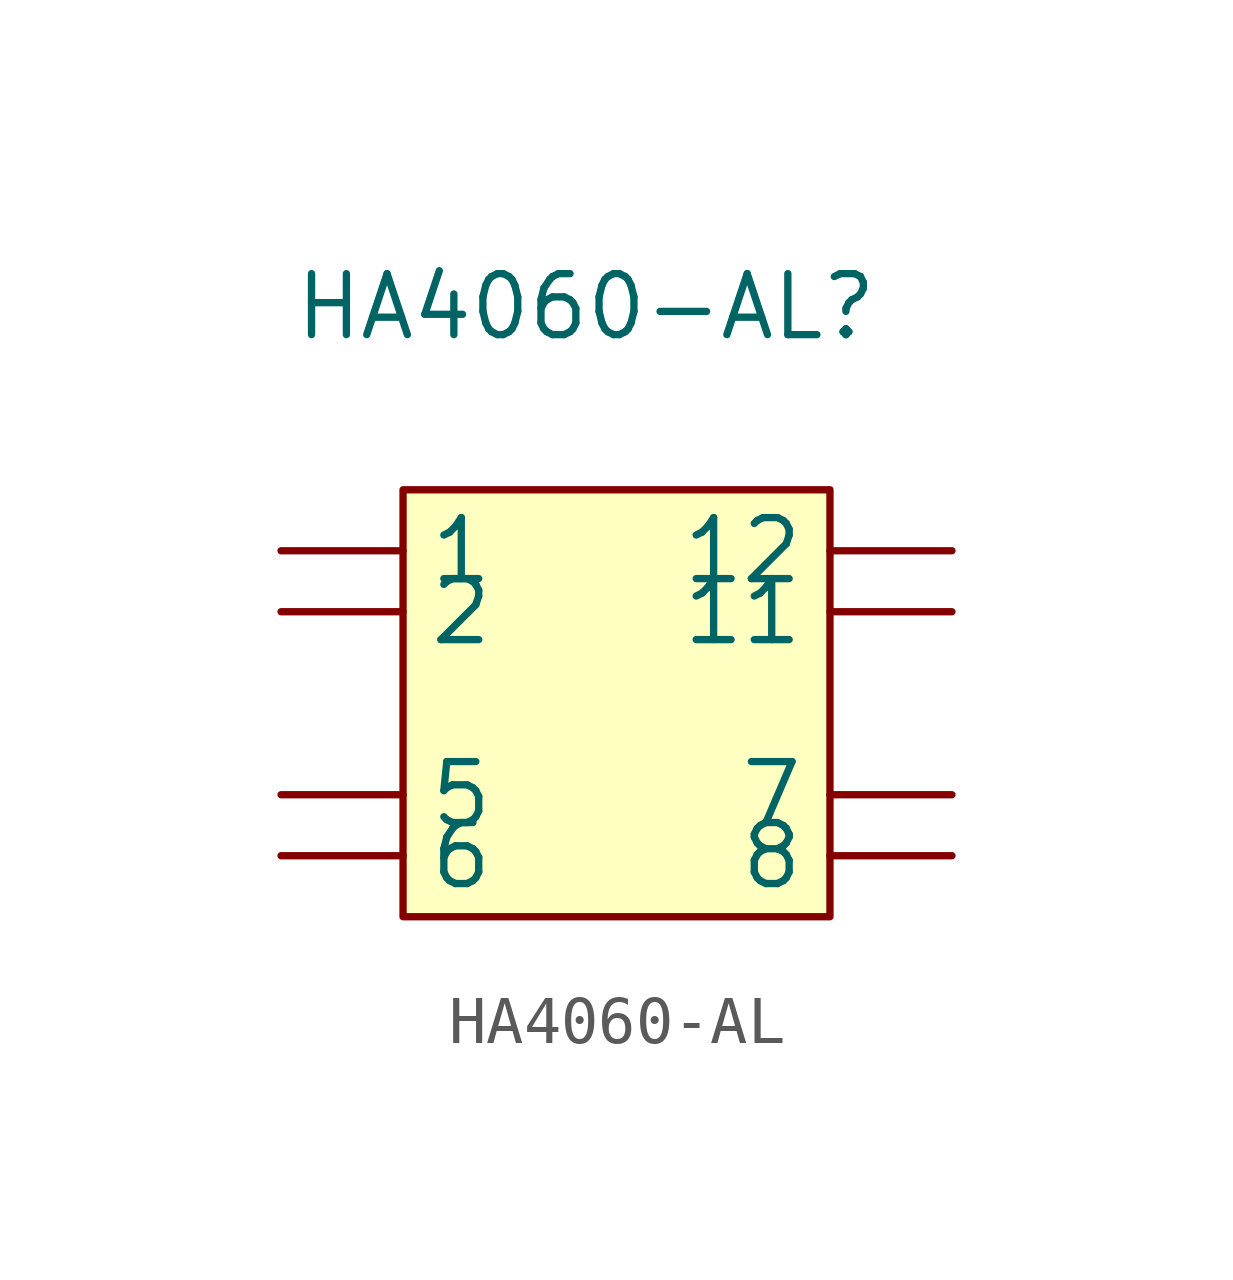
<source format=kicad_sym>
(kicad_symbol_lib
  (version 20231120)
  (generator "kicad_symbol_editor")
  (generator_version "8.0")
  (symbol "HA4060-AL"
    (property "Reference" "HA4060-AL"
      (at 0 0 0)
      (effects (font (size 1.27 1.27))))
    (property "Value" ""
      (at 0 0 0)
      (effects (font (size 1.27 1.27))))
    (symbol "HA4060-AL_1_1"
      (rectangle (start -3.81 -3.81) (end 5.08 -12.7) (stroke (width 0) (type default)) (fill (type background)))
      (pin input line (at -6.35 -5.08 0) (length 2.54) (name "1" (effects (font (size 1.27 1.27)))) (number "" (effects (font (size 1.27 1.27)))))
      (pin output line (at 7.62 -6.35 180) (length 2.54) (name "11" (effects (font (size 1.27 1.27)))) (number "" (effects (font (size 1.27 1.27)))))
      (pin output line (at 7.62 -5.08 180) (length 2.54) (name "12" (effects (font (size 1.27 1.27)))) (number "" (effects (font (size 1.27 1.27)))))
      (pin input line (at -6.35 -6.35 0) (length 2.54) (name "2" (effects (font (size 1.27 1.27)))) (number "" (effects (font (size 1.27 1.27)))))
      (pin input line (at -6.35 -10.16 0) (length 2.54) (name "5" (effects (font (size 1.27 1.27)))) (number "" (effects (font (size 1.27 1.27)))))
      (pin input line (at -6.35 -11.43 0) (length 2.54) (name "6" (effects (font (size 1.27 1.27)))) (number "" (effects (font (size 1.27 1.27)))))
      (pin output line (at 7.62 -10.16 180) (length 2.54) (name "7" (effects (font (size 1.27 1.27)))) (number "" (effects (font (size 1.27 1.27)))))
      (pin output line (at 7.62 -11.43 180) (length 2.54) (name "8" (effects (font (size 1.27 1.27)))) (number "" (effects (font (size 1.27 1.27))))))))
</source>
